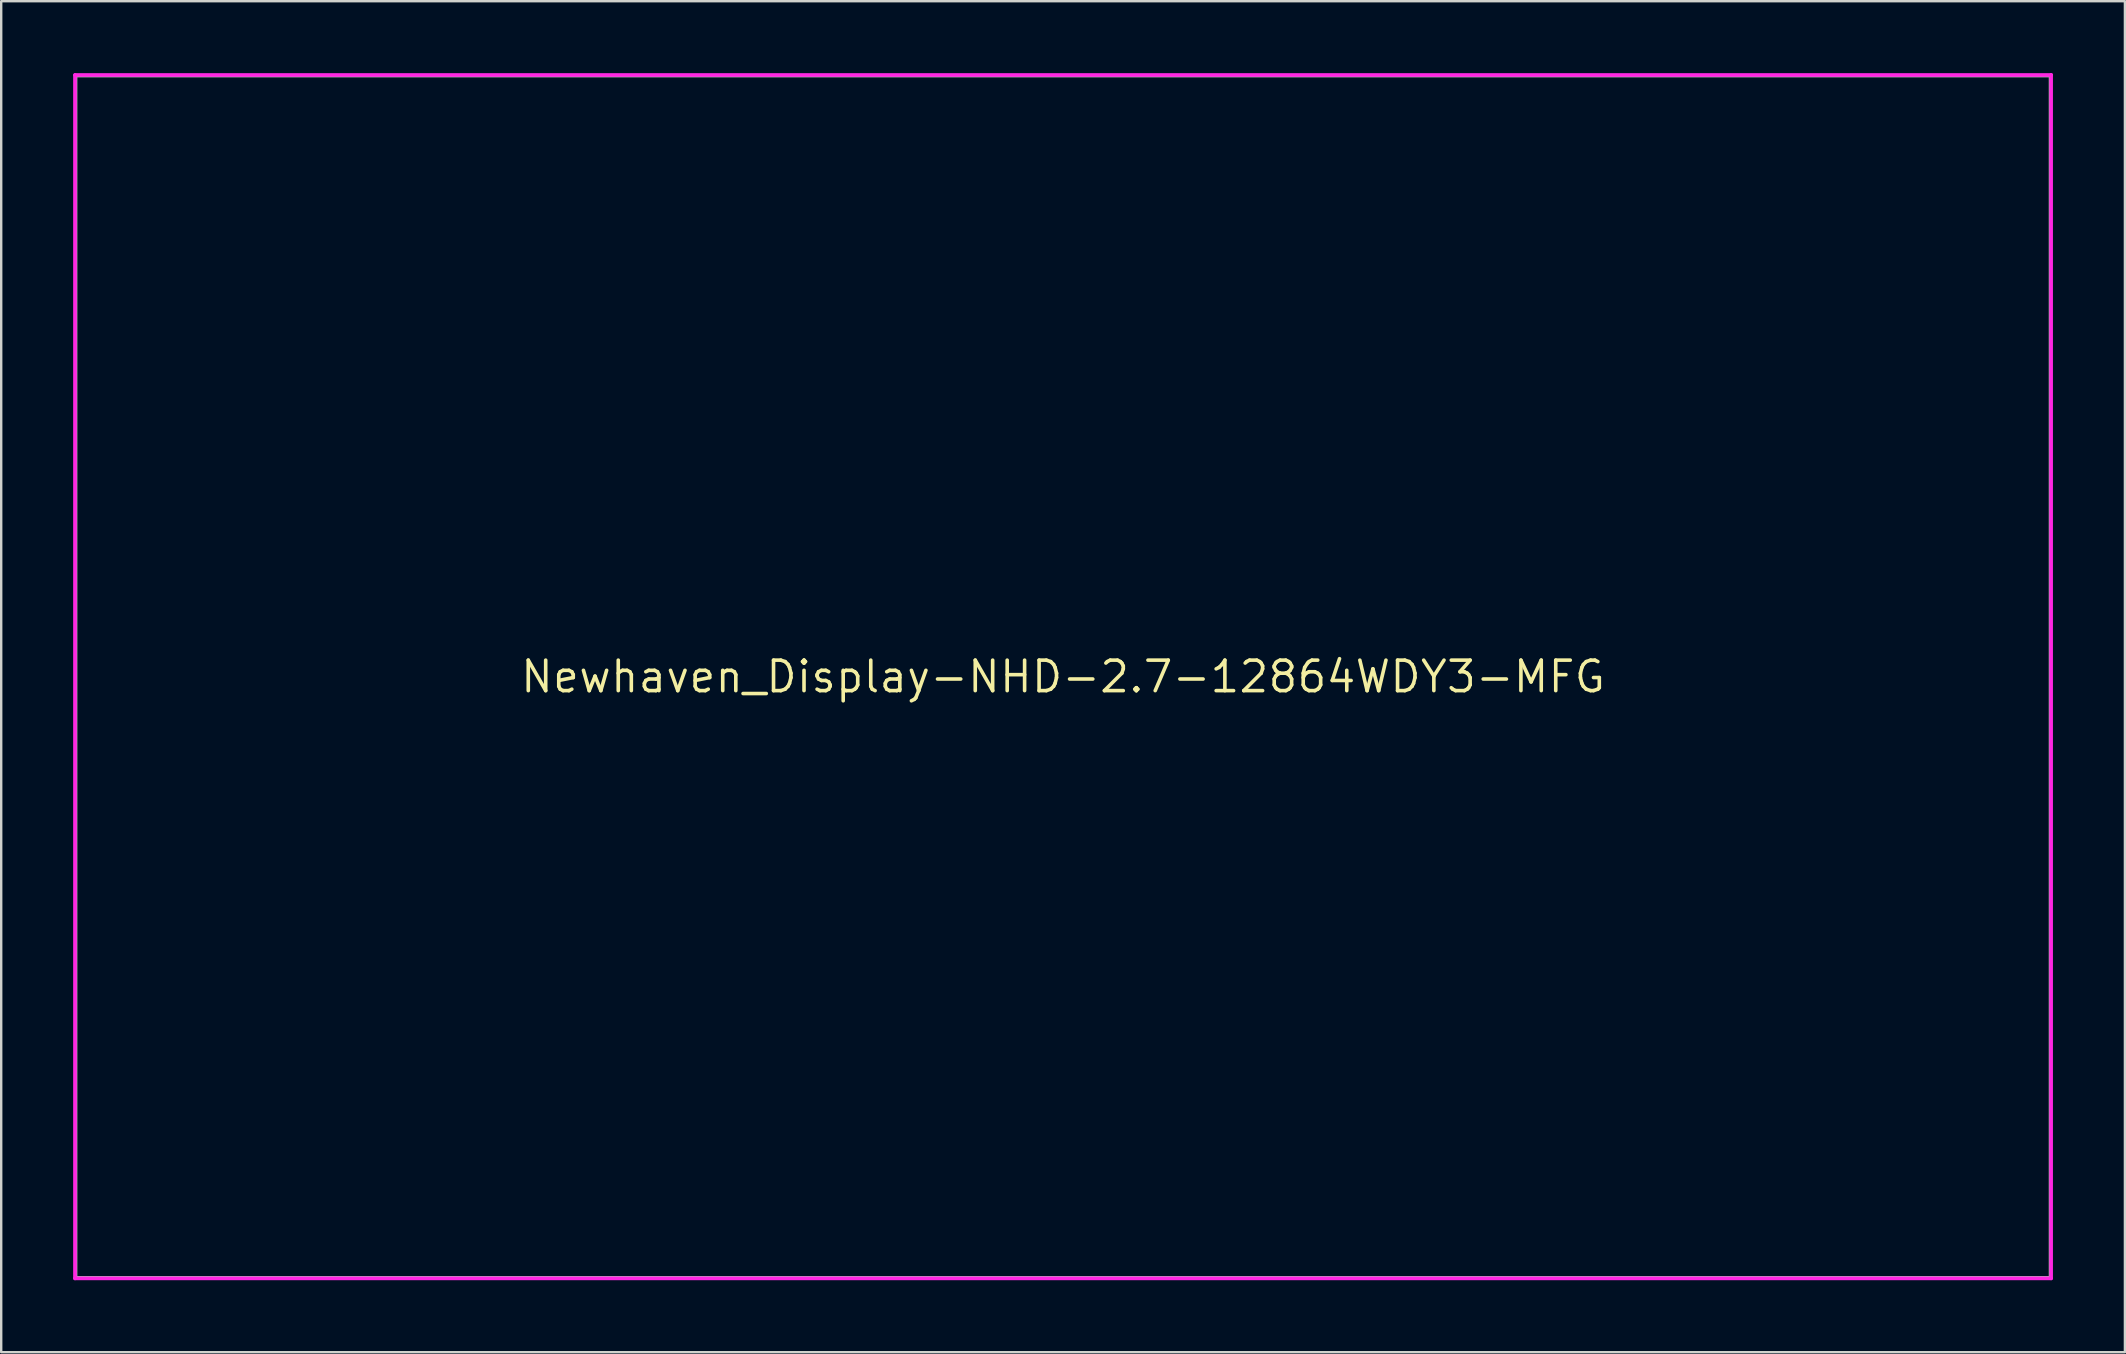
<source format=kicad_pcb>
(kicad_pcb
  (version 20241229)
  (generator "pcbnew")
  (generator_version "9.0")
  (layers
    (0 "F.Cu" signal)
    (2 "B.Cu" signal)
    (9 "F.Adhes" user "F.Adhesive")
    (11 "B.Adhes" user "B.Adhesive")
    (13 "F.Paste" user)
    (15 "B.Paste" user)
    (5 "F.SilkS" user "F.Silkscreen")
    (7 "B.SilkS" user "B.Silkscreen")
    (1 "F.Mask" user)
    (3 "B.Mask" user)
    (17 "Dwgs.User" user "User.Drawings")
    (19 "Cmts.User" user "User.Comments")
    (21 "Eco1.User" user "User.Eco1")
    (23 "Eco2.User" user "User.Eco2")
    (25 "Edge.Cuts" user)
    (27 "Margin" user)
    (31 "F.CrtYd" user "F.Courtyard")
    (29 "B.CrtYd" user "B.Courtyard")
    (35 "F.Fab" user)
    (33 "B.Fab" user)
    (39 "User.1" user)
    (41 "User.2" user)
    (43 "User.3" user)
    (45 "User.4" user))
  (footprint "Newhaven_Display-NHD-2.7-12864WDY3-MFG"
    (layer "F.Cu")
    (at 41.25 25.15)
    (property "Reference" "Newhaven_Display-NHD-2.7-12864WDY3-MFG" (at 0 0 0) (layer "F.SilkS") (effects (font (size 1.27 1.27) (thickness 0.15))))
    (attr through_hole)
    (fp_line (start -41.175 -25.075) (end -41.175 25.075) (stroke (width 0.15) (type solid)) (layer "F.CrtYd"))
    (fp_line (start -41.175 25.075) (end 41.175 25.075) (stroke (width 0.15) (type solid)) (layer "F.CrtYd"))
    (fp_line (start 41.175 -25.075) (end -41.175 -25.075) (stroke (width 0.15) (type solid)) (layer "F.CrtYd"))
    (fp_line (start 41.175 -25.075) (end 41.175 -25.075) (stroke (width 0.15) (type solid)) (layer "F.CrtYd"))
    (fp_line (start 41.175 25.075) (end 41.175 -25.075) (stroke (width 0.15) (type solid)) (layer "F.CrtYd"))
    (fp_line (start -41.15 -25.05) (end 41.15 -25.05) (stroke (width 0.15) (type solid)) (layer "F.Fab"))
    (fp_line (start -41.15 25.05) (end -41.15 -25.05) (stroke (width 0.15) (type solid)) (layer "F.Fab"))
    (fp_line (start 41.15 -25.05) (end 41.15 25.05) (stroke (width 0.15) (type solid)) (layer "F.Fab"))
    (fp_line (start 41.15 25.05) (end -41.15 25.05) (stroke (width 0.15) (type solid)) (layer "F.Fab")))
  (gr_rect
    (start -3 -3)
    (end 85.5 53.3)
    (stroke (width 0.1) (type default))
    (fill no)
    (layer "Edge.Cuts")))
</source>
